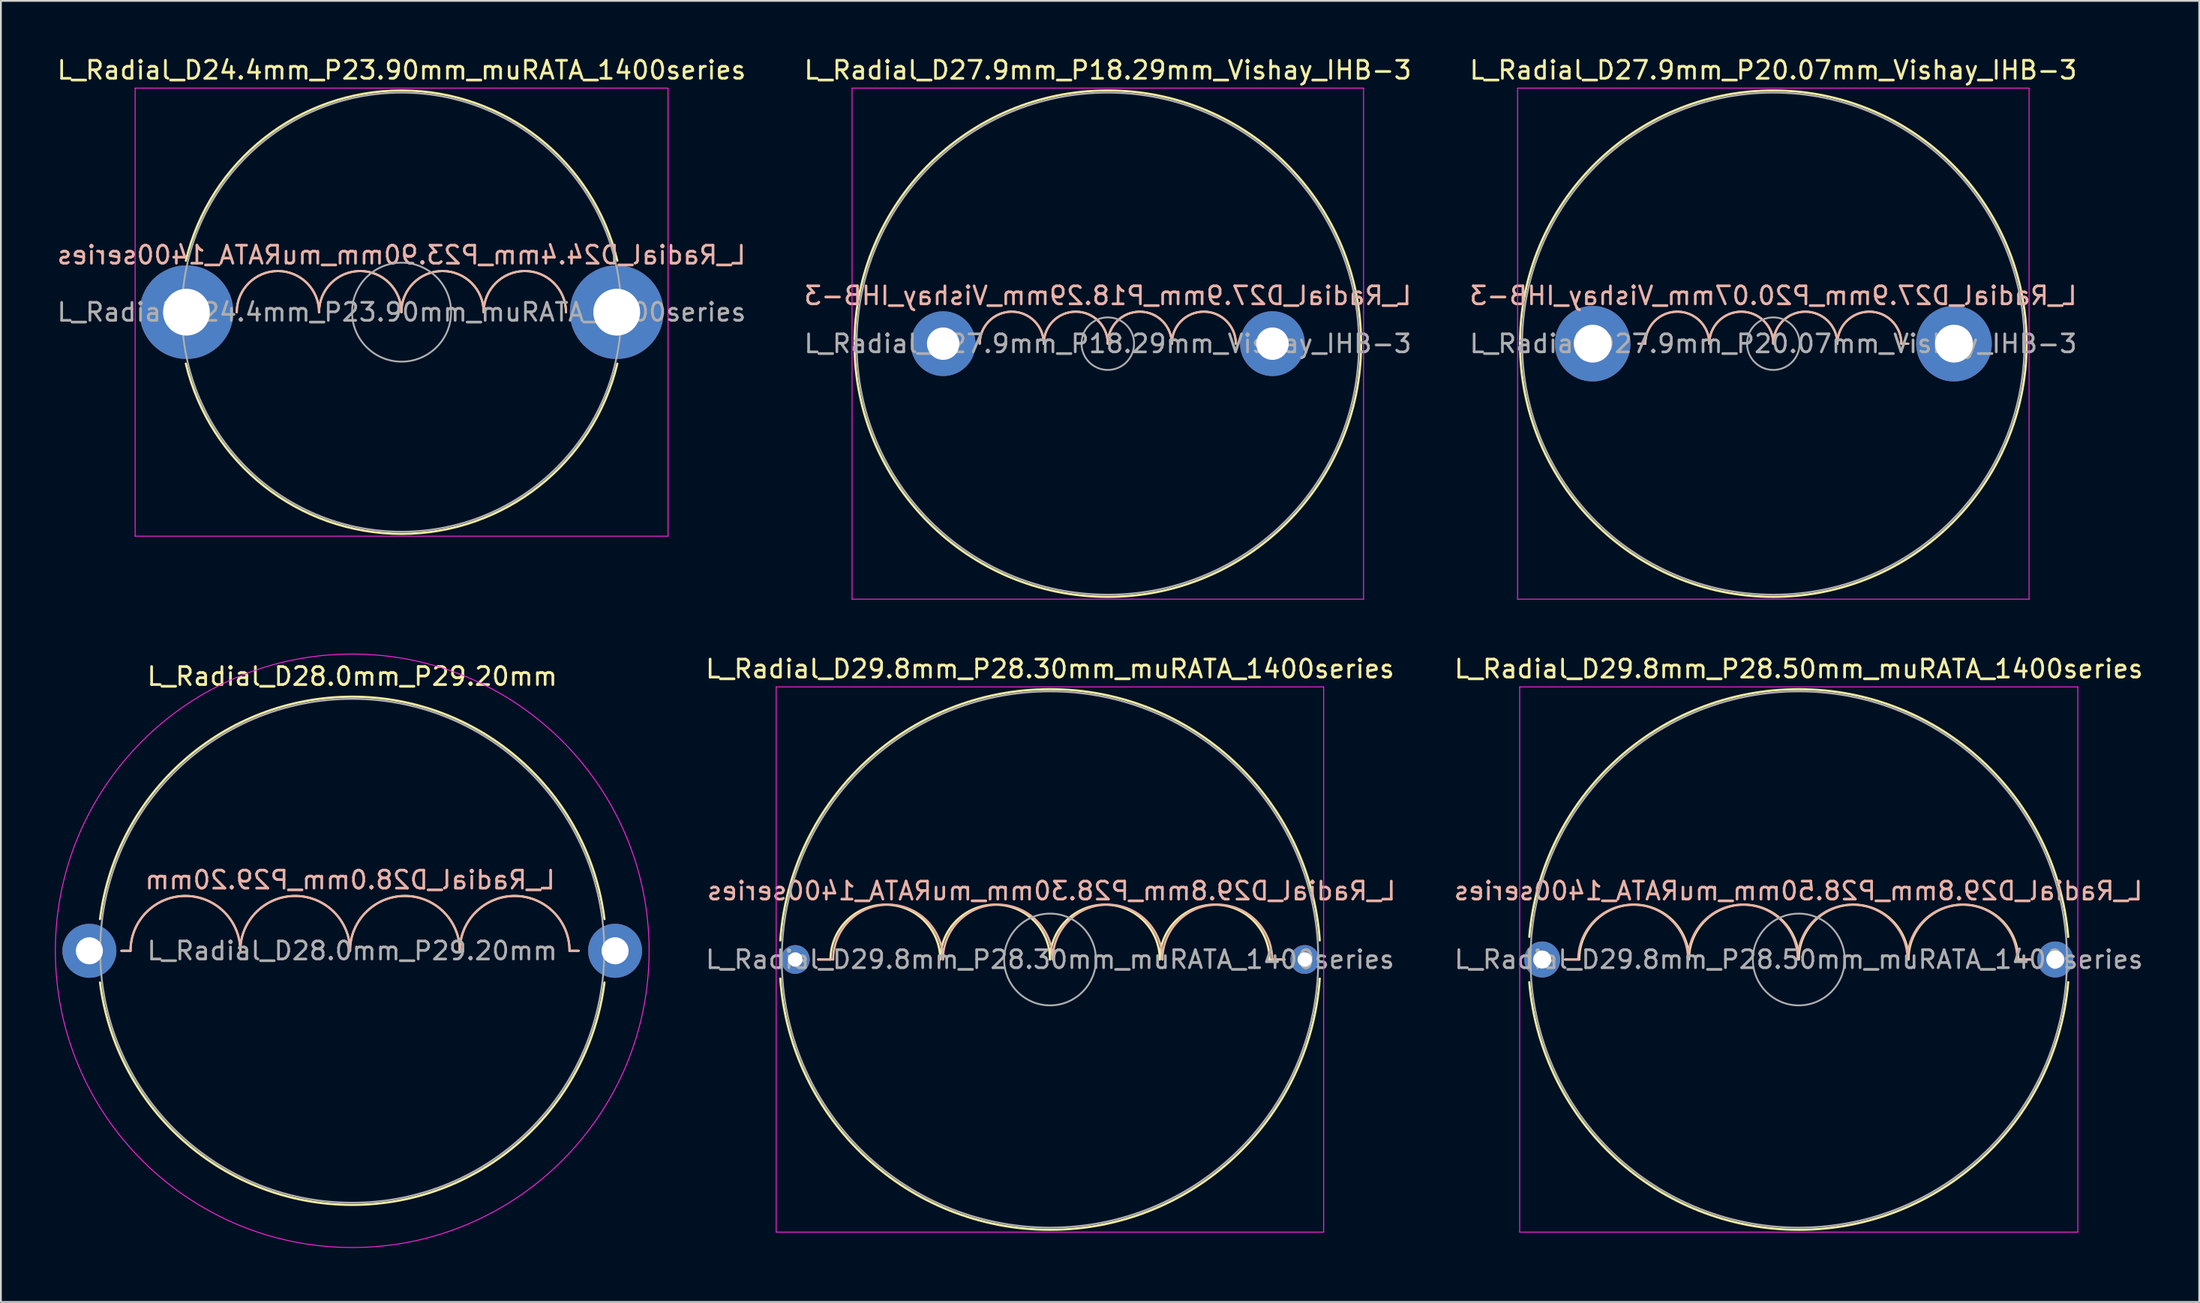
<source format=kicad_pcb>
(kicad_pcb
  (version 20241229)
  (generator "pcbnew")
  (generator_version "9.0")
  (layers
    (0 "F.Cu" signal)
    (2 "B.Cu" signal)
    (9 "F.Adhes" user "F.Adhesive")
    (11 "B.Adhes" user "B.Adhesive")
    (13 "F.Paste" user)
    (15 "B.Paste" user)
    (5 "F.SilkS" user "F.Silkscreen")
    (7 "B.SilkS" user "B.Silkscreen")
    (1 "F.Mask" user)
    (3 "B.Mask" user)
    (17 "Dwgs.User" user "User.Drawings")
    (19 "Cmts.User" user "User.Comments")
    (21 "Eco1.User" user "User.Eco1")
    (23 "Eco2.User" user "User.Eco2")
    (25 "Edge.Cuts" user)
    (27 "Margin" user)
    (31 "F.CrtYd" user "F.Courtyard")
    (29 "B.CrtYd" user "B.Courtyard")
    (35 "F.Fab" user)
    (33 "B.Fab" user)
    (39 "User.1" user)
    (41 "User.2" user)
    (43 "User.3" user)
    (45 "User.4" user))
  (footprint "L_Radial_D24.4mm_P23.90mm_muRATA_1400series"
    (layer "F.Cu")
    (at 7.306 14.298)
    (property "Reference" "L_Radial_D24.4mm_P23.90mm_muRATA_1400series" (at 11.95 -13.45 0) (layer "F.SilkS") (effects (font (size 1 1) (thickness 0.15))))
    (fp_line (start 2.794 0) (end 2.794 0) (stroke (width 0.12) (type solid)) (layer "F.SilkS"))
    (fp_arc (start -0.033439 -2.86) (mid 11.95 -12.32) (end 23.933439 -2.86) (stroke (width 0.12) (type solid)) (layer "F.SilkS"))
    (fp_arc (start 2.794 0) (mid 5.08 -2.286) (end 7.366 0) (stroke (width 0.12) (type solid)) (layer "F.SilkS"))
    (fp_arc (start 7.366 0) (mid 9.652 -2.286) (end 11.938 0) (stroke (width 0.12) (type solid)) (layer "F.SilkS"))
    (fp_arc (start 11.938 0) (mid 14.224 -2.286) (end 16.51 0) (stroke (width 0.12) (type solid)) (layer "F.SilkS"))
    (fp_arc (start 16.51 0) (mid 18.796 -2.286) (end 21.082 0) (stroke (width 0.12) (type solid)) (layer "F.SilkS"))
    (fp_arc (start 23.933439 2.86) (mid 11.95 12.32) (end -0.033439 2.86) (stroke (width 0.12) (type solid)) (layer "F.SilkS"))
    (fp_line (start 21.082 0) (end 21.082 0) (stroke (width 0.12) (type solid)) (layer "B.SilkS"))
    (fp_arc (start 2.794 0) (mid 5.08 -2.286) (end 7.366 0) (stroke (width 0.12) (type solid)) (layer "B.SilkS"))
    (fp_arc (start 7.366 0) (mid 9.652 -2.286) (end 11.938 0) (stroke (width 0.12) (type solid)) (layer "B.SilkS"))
    (fp_arc (start 11.938 0) (mid 14.224 -2.286) (end 16.51 0) (stroke (width 0.12) (type solid)) (layer "B.SilkS"))
    (fp_arc (start 16.51 0) (mid 18.796 -2.286) (end 21.082 0) (stroke (width 0.12) (type solid)) (layer "B.SilkS"))
    (fp_line (start -2.85 -12.45) (end -2.85 12.45) (stroke (width 0.05) (type solid)) (layer "F.CrtYd"))
    (fp_line (start -2.85 12.45) (end 26.75 12.45) (stroke (width 0.05) (type solid)) (layer "F.CrtYd"))
    (fp_line (start 26.75 -12.45) (end -2.85 -12.45) (stroke (width 0.05) (type solid)) (layer "F.CrtYd"))
    (fp_line (start 26.75 12.45) (end 26.75 -12.45) (stroke (width 0.05) (type solid)) (layer "F.CrtYd"))
    (fp_circle (center 11.95 0) (end 14.7 0) (stroke (width 0.1) (type solid)) (fill no) (layer "F.Fab"))
    (fp_circle (center 11.95 0) (end 24.15 0) (stroke (width 0.1) (type solid)) (fill no) (layer "F.Fab"))
    (fp_text user "${REFERENCE}" (at 11.938 -3.175 0) (layer "B.SilkS") (effects (font (size 1 1) (thickness 0.15)) (justify mirror)))
    (fp_text user "${REFERENCE}" (at 11.95 0 0) (layer "F.Fab") (effects (font (size 1 1) (thickness 0.15))))
    (pad "1" thru_hole circle (at 0 0) (size 5.2 5.2) (drill 2.6) (layers "*.Cu" "*.Mask"))
    (pad "2" thru_hole circle (at 23.9 0) (size 5.2 5.2) (drill 2.6) (layers "*.Cu" "*.Mask")))
  (footprint "L_Radial_D28.0mm_P29.20mm"
    (layer "F.Cu")
    (at 1.915 49.788)
    (property "Reference" "L_Radial_D28.0mm_P29.20mm" (at 14.6 -15.25 0) (layer "F.SilkS") (effects (font (size 1 1) (thickness 0.15))))
    (fp_line (start 2.286 0) (end 1.778 0) (stroke (width 0.12) (type solid)) (layer "F.SilkS"))
    (fp_line (start 26.67 0) (end 27.178 0) (stroke (width 0.12) (type solid)) (layer "F.SilkS"))
    (fp_arc (start 0.590118 -1.76) (mid 14.6 -14.12) (end 28.609882 -1.76) (stroke (width 0.12) (type solid)) (layer "F.SilkS"))
    (fp_arc (start 2.286 0) (mid 5.334 -3.048) (end 8.382 0) (stroke (width 0.12) (type solid)) (layer "F.SilkS"))
    (fp_arc (start 8.382 0) (mid 11.43 -3.048) (end 14.478 0) (stroke (width 0.12) (type solid)) (layer "F.SilkS"))
    (fp_arc (start 14.478 0) (mid 17.526 -3.048) (end 20.574 0) (stroke (width 0.12) (type solid)) (layer "F.SilkS"))
    (fp_arc (start 20.574 0) (mid 23.622 -3.048) (end 26.67 0) (stroke (width 0.12) (type solid)) (layer "F.SilkS"))
    (fp_arc (start 28.609882 1.76) (mid 14.6 14.12) (end 0.590118 1.76) (stroke (width 0.12) (type solid)) (layer "F.SilkS"))
    (fp_line (start 2.286 0) (end 1.778 0) (stroke (width 0.12) (type solid)) (layer "B.SilkS"))
    (fp_line (start 26.67 0) (end 27.178 0) (stroke (width 0.12) (type solid)) (layer "B.SilkS"))
    (fp_arc (start 2.286 0) (mid 5.334 -3.048) (end 8.382 0) (stroke (width 0.12) (type solid)) (layer "B.SilkS"))
    (fp_arc (start 8.382 0) (mid 11.43 -3.048) (end 14.478 0) (stroke (width 0.12) (type solid)) (layer "B.SilkS"))
    (fp_arc (start 14.478 0) (mid 17.526 -3.048) (end 20.574 0) (stroke (width 0.12) (type solid)) (layer "B.SilkS"))
    (fp_arc (start 20.574 0) (mid 23.622 -3.048) (end 26.67 0) (stroke (width 0.12) (type solid)) (layer "B.SilkS"))
    (fp_circle (center 14.6 0) (end 31.09 0) (stroke (width 0.05) (type solid)) (fill no) (layer "F.CrtYd"))
    (fp_circle (center 14.6 0) (end 28.6 0) (stroke (width 0.1) (type solid)) (fill no) (layer "F.Fab"))
    (fp_text user "${REFERENCE}" (at 14.478 -3.937 0) (layer "B.SilkS") (effects (font (size 1 1) (thickness 0.15)) (justify mirror)))
    (fp_text user "${REFERENCE}" (at 14.6 0 0) (layer "F.Fab") (effects (font (size 1 1) (thickness 0.15))))
    (pad "1" thru_hole circle (at 0 0) (size 3 3) (drill 1.5) (layers "*.Cu" "*.Mask"))
    (pad "2" thru_hole circle (at 29.2 0) (size 3 3) (drill 1.5) (layers "*.Cu" "*.Mask")))
  (footprint "L_Radial_D27.9mm_P18.29mm_Vishay_IHB-3"
    (layer "F.Cu")
    (at 49.338 16.048)
    (property "Reference" "L_Radial_D27.9mm_P18.29mm_Vishay_IHB-3" (at 9.145 -15.2 0) (layer "F.SilkS") (effects (font (size 1 1) (thickness 0.15))))
    (fp_arc (start 2.032 0) (mid 3.81 -1.778) (end 5.588 0) (stroke (width 0.12) (type solid)) (layer "F.SilkS"))
    (fp_arc (start 5.588 0) (mid 7.366 -1.778) (end 9.144 0) (stroke (width 0.12) (type solid)) (layer "F.SilkS"))
    (fp_arc (start 9.145 0) (mid 10.922 -1.777) (end 12.699 0) (stroke (width 0.12) (type solid)) (layer "F.SilkS"))
    (fp_arc (start 12.7 0) (mid 14.478 -1.778) (end 16.256 0) (stroke (width 0.12) (type solid)) (layer "F.SilkS"))
    (fp_circle (center 9.145 0) (end 23.215 0) (stroke (width 0.12) (type solid)) (fill no) (layer "F.SilkS"))
    (fp_arc (start 2.032 0) (mid 3.81 -1.778) (end 5.588 0) (stroke (width 0.12) (type solid)) (layer "B.SilkS"))
    (fp_arc (start 5.589 0) (mid 7.366 -1.777) (end 9.143 0) (stroke (width 0.12) (type solid)) (layer "B.SilkS"))
    (fp_arc (start 9.144 0) (mid 10.922 -1.778) (end 12.7 0) (stroke (width 0.12) (type solid)) (layer "B.SilkS"))
    (fp_arc (start 12.7 0) (mid 14.478 -1.778) (end 16.256 0) (stroke (width 0.12) (type solid)) (layer "B.SilkS"))
    (fp_line (start -5.06 -14.2) (end -5.06 14.2) (stroke (width 0.05) (type solid)) (layer "F.CrtYd"))
    (fp_line (start -5.06 14.2) (end 23.35 14.2) (stroke (width 0.05) (type solid)) (layer "F.CrtYd"))
    (fp_line (start 23.35 -14.2) (end -5.06 -14.2) (stroke (width 0.05) (type solid)) (layer "F.CrtYd"))
    (fp_line (start 23.35 14.2) (end 23.35 -14.2) (stroke (width 0.05) (type solid)) (layer "F.CrtYd"))
    (fp_circle (center 9.145 0) (end 10.605 0) (stroke (width 0.1) (type solid)) (fill no) (layer "F.Fab"))
    (fp_circle (center 9.145 0) (end 23.095 0) (stroke (width 0.1) (type solid)) (fill no) (layer "F.Fab"))
    (fp_text user "${REFERENCE}" (at 9.144 -2.667 0) (layer "B.SilkS") (effects (font (size 1 1) (thickness 0.15)) (justify mirror)))
    (fp_text user "${REFERENCE}" (at 9.145 0 0) (layer "F.Fab") (effects (font (size 1 1) (thickness 0.15))))
    (pad "1" thru_hole circle (at 0 0) (size 3.6 3.6) (drill 1.8) (layers "*.Cu" "*.Mask"))
    (pad "2" thru_hole circle (at 18.29 0) (size 3.6 3.6) (drill 1.8) (layers "*.Cu" "*.Mask")))
  (footprint "L_Radial_D29.8mm_P28.30mm_muRATA_1400series"
    (layer "F.Cu")
    (at 41.124 50.272)
    (property "Reference" "L_Radial_D29.8mm_P28.30mm_muRATA_1400series" (at 14.15 -16.15 0) (layer "F.SilkS") (effects (font (size 1 1) (thickness 0.15))))
    (fp_line (start 1.958 0) (end 1.27 0) (stroke (width 0.12) (type solid)) (layer "F.SilkS"))
    (fp_line (start 26.342 0) (end 27.178 0) (stroke (width 0.12) (type solid)) (layer "F.SilkS"))
    (fp_arc (start -0.83255 -1.06) (mid 14.15 -15.02) (end 29.13255 -1.06) (stroke (width 0.12) (type solid)) (layer "F.SilkS"))
    (fp_arc (start 1.958 0) (mid 5.006 -3.048) (end 8.054 0) (stroke (width 0.12) (type solid)) (layer "F.SilkS"))
    (fp_arc (start 8.054 0) (mid 11.102 -3.048) (end 14.15 0) (stroke (width 0.12) (type solid)) (layer "F.SilkS"))
    (fp_arc (start 14.15 0) (mid 17.198 -3.048) (end 20.246 0) (stroke (width 0.12) (type solid)) (layer "F.SilkS"))
    (fp_arc (start 20.246 0) (mid 23.294 -3.048) (end 26.342 0) (stroke (width 0.12) (type solid)) (layer "F.SilkS"))
    (fp_arc (start 29.13255 1.06) (mid 14.15 15.02) (end -0.83255 1.06) (stroke (width 0.12) (type solid)) (layer "F.SilkS"))
    (fp_line (start 2.106 0) (end 1.27 0) (stroke (width 0.12) (type solid)) (layer "B.SilkS"))
    (fp_line (start 26.49 0) (end 27.178 0) (stroke (width 0.12) (type solid)) (layer "B.SilkS"))
    (fp_arc (start 2.106 0) (mid 5.154 -3.048) (end 8.202 0) (stroke (width 0.12) (type solid)) (layer "B.SilkS"))
    (fp_arc (start 8.202 0) (mid 11.25 -3.048) (end 14.298 0) (stroke (width 0.12) (type solid)) (layer "B.SilkS"))
    (fp_arc (start 14.298 0) (mid 17.346 -3.048) (end 20.394 0) (stroke (width 0.12) (type solid)) (layer "B.SilkS"))
    (fp_arc (start 20.394 0) (mid 23.442 -3.048) (end 26.49 0) (stroke (width 0.12) (type solid)) (layer "B.SilkS"))
    (fp_line (start -1.06 -15.15) (end -1.06 15.15) (stroke (width 0.05) (type solid)) (layer "F.CrtYd"))
    (fp_line (start -1.06 15.15) (end 29.35 15.15) (stroke (width 0.05) (type solid)) (layer "F.CrtYd"))
    (fp_line (start 29.35 -15.15) (end -1.06 -15.15) (stroke (width 0.05) (type solid)) (layer "F.CrtYd"))
    (fp_line (start 29.35 15.15) (end 29.35 -15.15) (stroke (width 0.05) (type solid)) (layer "F.CrtYd"))
    (fp_circle (center 14.15 0) (end 16.7 0) (stroke (width 0.1) (type solid)) (fill no) (layer "F.Fab"))
    (fp_circle (center 14.15 0) (end 29.05 0) (stroke (width 0.1) (type solid)) (fill no) (layer "F.Fab"))
    (fp_text user "${REFERENCE}" (at 14.224 -3.81 0) (layer "B.SilkS") (effects (font (size 1 1) (thickness 0.15)) (justify mirror)))
    (fp_text user "${REFERENCE}" (at 14.15 0 0) (layer "F.Fab") (effects (font (size 1 1) (thickness 0.15))))
    (pad "1" thru_hole circle (at 0 0) (size 1.6 1.6) (drill 0.8) (layers "*.Cu" "*.Mask"))
    (pad "2" thru_hole circle (at 28.3 0) (size 1.6 1.6) (drill 0.8) (layers "*.Cu" "*.Mask")))
  (footprint "L_Radial_D29.8mm_P28.50mm_muRATA_1400series"
    (layer "F.Cu")
    (at 82.612 50.272)
    (property "Reference" "L_Radial_D29.8mm_P28.50mm_muRATA_1400series" (at 14.25 -16.15 0) (layer "F.SilkS") (effects (font (size 1 1) (thickness 0.15))))
    (fp_line (start 2.058 0) (end 1.27 0) (stroke (width 0.12) (type solid)) (layer "F.SilkS"))
    (fp_line (start 26.442 0) (end 27.178 0) (stroke (width 0.12) (type solid)) (layer "F.SilkS"))
    (fp_arc (start -0.717057 -1.26) (mid 14.25 -15.02) (end 29.217057 -1.26) (stroke (width 0.12) (type solid)) (layer "F.SilkS"))
    (fp_arc (start 2.058 0) (mid 5.106 -3.048) (end 8.154 0) (stroke (width 0.12) (type solid)) (layer "F.SilkS"))
    (fp_arc (start 8.154 0) (mid 11.202 -3.048) (end 14.25 0) (stroke (width 0.12) (type solid)) (layer "F.SilkS"))
    (fp_arc (start 14.25 0) (mid 17.298 -3.048) (end 20.346 0) (stroke (width 0.12) (type solid)) (layer "F.SilkS"))
    (fp_arc (start 20.346 0) (mid 23.394 -3.048) (end 26.442 0) (stroke (width 0.12) (type solid)) (layer "F.SilkS"))
    (fp_arc (start 29.217057 1.26) (mid 14.25 15.02) (end -0.717057 1.26) (stroke (width 0.12) (type solid)) (layer "F.SilkS"))
    (fp_line (start 2.006 0) (end 1.27 0) (stroke (width 0.12) (type solid)) (layer "B.SilkS"))
    (fp_line (start 26.39 0) (end 27.178 0) (stroke (width 0.12) (type solid)) (layer "B.SilkS"))
    (fp_arc (start 2.006 0) (mid 5.054 -3.048) (end 8.102 0) (stroke (width 0.12) (type solid)) (layer "B.SilkS"))
    (fp_arc (start 8.102 0) (mid 11.15 -3.048) (end 14.198 0) (stroke (width 0.12) (type solid)) (layer "B.SilkS"))
    (fp_arc (start 14.198 0) (mid 17.246 -3.048) (end 20.294 0) (stroke (width 0.12) (type solid)) (layer "B.SilkS"))
    (fp_arc (start 20.294 0) (mid 23.342 -3.048) (end 26.39 0) (stroke (width 0.12) (type solid)) (layer "B.SilkS"))
    (fp_line (start -1.25 -15.15) (end -1.25 15.15) (stroke (width 0.05) (type solid)) (layer "F.CrtYd"))
    (fp_line (start -1.25 15.15) (end 29.75 15.15) (stroke (width 0.05) (type solid)) (layer "F.CrtYd"))
    (fp_line (start 29.75 -15.15) (end -1.25 -15.15) (stroke (width 0.05) (type solid)) (layer "F.CrtYd"))
    (fp_line (start 29.75 15.15) (end 29.75 -15.15) (stroke (width 0.05) (type solid)) (layer "F.CrtYd"))
    (fp_circle (center 14.25 0) (end 16.8 0) (stroke (width 0.1) (type solid)) (fill no) (layer "F.Fab"))
    (fp_circle (center 14.25 0) (end 29.15 0) (stroke (width 0.1) (type solid)) (fill no) (layer "F.Fab"))
    (fp_text user "${REFERENCE}" (at 14.224 -3.81 0) (layer "B.SilkS") (effects (font (size 1 1) (thickness 0.15)) (justify mirror)))
    (fp_text user "${REFERENCE}" (at 14.25 0 0) (layer "F.Fab") (effects (font (size 1 1) (thickness 0.15))))
    (pad "1" thru_hole circle (at 0 0) (size 2 2) (drill 1) (layers "*.Cu" "*.Mask"))
    (pad "2" thru_hole circle (at 28.5 0) (size 2 2) (drill 1) (layers "*.Cu" "*.Mask")))
  (footprint "L_Radial_D27.9mm_P20.07mm_Vishay_IHB-3"
    (layer "F.Cu")
    (at 85.415 16.048)
    (property "Reference" "L_Radial_D27.9mm_P20.07mm_Vishay_IHB-3" (at 10.035 -15.2 0) (layer "F.SilkS") (effects (font (size 1 1) (thickness 0.15))))
    (fp_line (start 2.923 0) (end 2.54 0) (stroke (width 0.12) (type solid)) (layer "F.SilkS"))
    (fp_line (start 17.147 0) (end 17.526 0) (stroke (width 0.12) (type solid)) (layer "F.SilkS"))
    (fp_arc (start 2.923 0) (mid 4.701 -1.778) (end 6.479 0) (stroke (width 0.12) (type solid)) (layer "F.SilkS"))
    (fp_arc (start 6.479 0) (mid 8.257 -1.778) (end 10.035 0) (stroke (width 0.12) (type solid)) (layer "F.SilkS"))
    (fp_arc (start 10.036 0) (mid 11.813 -1.777) (end 13.59 0) (stroke (width 0.12) (type solid)) (layer "F.SilkS"))
    (fp_arc (start 13.591 0) (mid 15.369 -1.778) (end 17.147 0) (stroke (width 0.12) (type solid)) (layer "F.SilkS"))
    (fp_circle (center 10.035 0) (end 24.105 0) (stroke (width 0.12) (type solid)) (fill no) (layer "F.SilkS"))
    (fp_line (start 2.921 0) (end 2.542 0) (stroke (width 0.12) (type solid)) (layer "B.SilkS"))
    (fp_line (start 17.145 0) (end 17.528 0) (stroke (width 0.12) (type solid)) (layer "B.SilkS"))
    (fp_arc (start 2.921 0) (mid 4.699 -1.778) (end 6.477 0) (stroke (width 0.12) (type solid)) (layer "B.SilkS"))
    (fp_arc (start 6.478 0) (mid 8.255 -1.777) (end 10.032 0) (stroke (width 0.12) (type solid)) (layer "B.SilkS"))
    (fp_arc (start 10.033 0) (mid 11.811 -1.778) (end 13.589 0) (stroke (width 0.12) (type solid)) (layer "B.SilkS"))
    (fp_arc (start 13.589 0) (mid 15.367 -1.778) (end 17.145 0) (stroke (width 0.12) (type solid)) (layer "B.SilkS"))
    (fp_line (start -4.17 -14.2) (end -4.17 14.2) (stroke (width 0.05) (type solid)) (layer "F.CrtYd"))
    (fp_line (start -4.17 14.2) (end 24.24 14.2) (stroke (width 0.05) (type solid)) (layer "F.CrtYd"))
    (fp_line (start 24.24 -14.2) (end -4.17 -14.2) (stroke (width 0.05) (type solid)) (layer "F.CrtYd"))
    (fp_line (start 24.24 14.2) (end 24.24 -14.2) (stroke (width 0.05) (type solid)) (layer "F.CrtYd"))
    (fp_circle (center 10.035 0) (end 11.495 0) (stroke (width 0.1) (type solid)) (fill no) (layer "F.Fab"))
    (fp_circle (center 10.035 0) (end 23.985 0) (stroke (width 0.1) (type solid)) (fill no) (layer "F.Fab"))
    (fp_text user "${REFERENCE}" (at 10.033 -2.667 0) (layer "B.SilkS") (effects (font (size 1 1) (thickness 0.15)) (justify mirror)))
    (fp_text user "${REFERENCE}" (at 10.035 0 0) (layer "F.Fab") (effects (font (size 1 1) (thickness 0.15))))
    (pad "1" thru_hole circle (at 0 0) (size 4.2 4.2) (drill 2.1) (layers "*.Cu" "*.Mask"))
    (pad "2" thru_hole circle (at 20.07 0) (size 4.2 4.2) (drill 2.1) (layers "*.Cu" "*.Mask")))
  (gr_rect
    (start -3 -3)
    (end 119.106 69.303)
    (stroke (width 0.1) (type default))
    (fill no)
    (layer "Edge.Cuts")))
</source>
